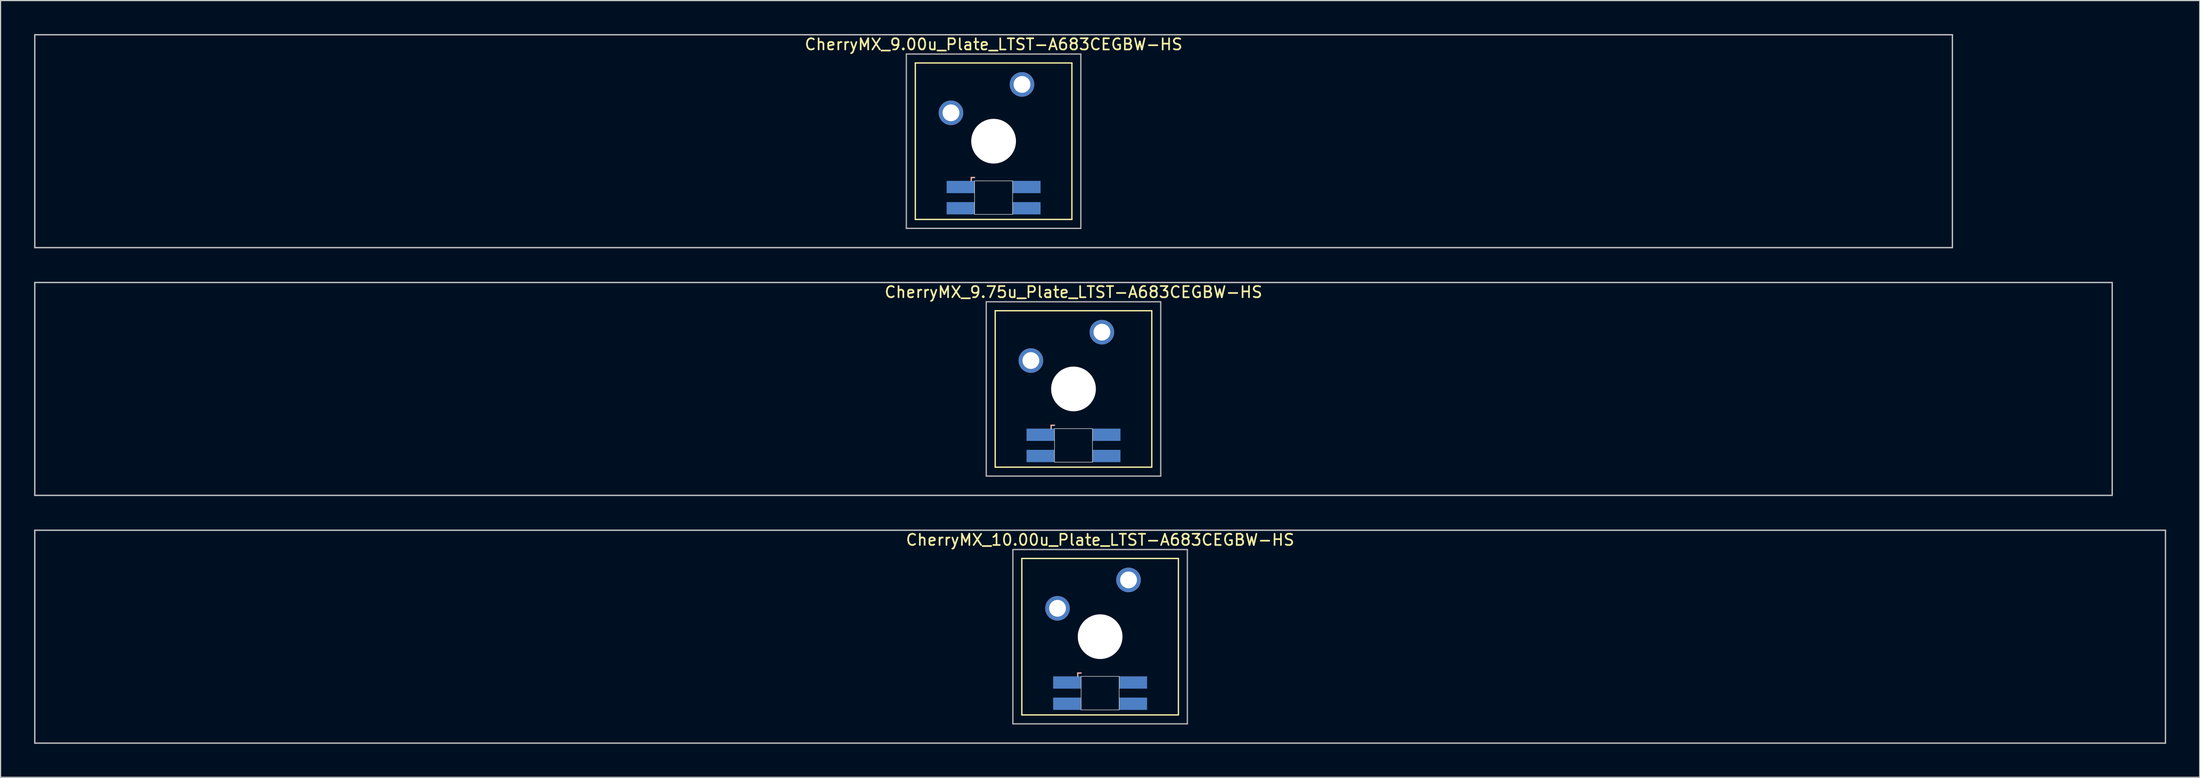
<source format=kicad_pcb>
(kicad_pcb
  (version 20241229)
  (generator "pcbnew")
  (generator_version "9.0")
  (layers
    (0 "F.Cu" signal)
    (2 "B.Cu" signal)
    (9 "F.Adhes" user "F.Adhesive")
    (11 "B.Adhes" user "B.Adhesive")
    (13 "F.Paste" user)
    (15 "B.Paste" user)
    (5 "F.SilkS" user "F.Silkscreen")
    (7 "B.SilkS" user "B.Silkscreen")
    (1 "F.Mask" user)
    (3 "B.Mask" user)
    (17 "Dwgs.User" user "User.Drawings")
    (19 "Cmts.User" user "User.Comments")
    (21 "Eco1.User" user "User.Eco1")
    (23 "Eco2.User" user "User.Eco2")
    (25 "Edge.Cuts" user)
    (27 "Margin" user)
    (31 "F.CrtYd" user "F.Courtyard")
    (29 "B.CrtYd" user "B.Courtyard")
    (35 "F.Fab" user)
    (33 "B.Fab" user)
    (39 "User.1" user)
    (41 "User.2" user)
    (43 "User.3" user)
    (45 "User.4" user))
  (footprint "CherryMX_9.00u_Plate_LTST-A683CEGBW-HS"
    (layer "F.Cu")
    (at 85.785 9.585)
    (property "Reference" "CherryMX_9.00u_Plate_LTST-A683CEGBW-HS" (at 0 -8.662 0) (layer "F.SilkS") (effects (font (size 1 1) (thickness 0.15))))
    (attr through_hole)
    (fp_line (start -7 -7) (end -7 7) (stroke (width 0.12) (type solid)) (layer "F.SilkS"))
    (fp_line (start -7 -7) (end 7 -7) (stroke (width 0.12) (type solid)) (layer "F.SilkS"))
    (fp_line (start 7 -7) (end 7 7) (stroke (width 0.12) (type solid)) (layer "F.SilkS"))
    (fp_line (start 7 7) (end -7 7) (stroke (width 0.12) (type solid)) (layer "F.SilkS"))
    (fp_line (start -2 3.25) (end -2 3.55) (stroke (width 0.12) (type solid)) (layer "B.SilkS"))
    (fp_line (start -1.7 3.25) (end -2 3.25) (stroke (width 0.12) (type solid)) (layer "B.SilkS"))
    (fp_line (start -85.725 -9.525) (end 85.725 -9.525) (stroke (width 0.12) (type solid)) (layer "Dwgs.User"))
    (fp_line (start -85.725 9.525) (end -85.725 -9.525) (stroke (width 0.12) (type solid)) (layer "Dwgs.User"))
    (fp_line (start 85.725 -9.525) (end 85.725 9.525) (stroke (width 0.12) (type solid)) (layer "Dwgs.User"))
    (fp_line (start 85.725 9.525) (end -85.725 9.525) (stroke (width 0.12) (type solid)) (layer "Dwgs.User"))
    (fp_line (start -1.7 3.55) (end 1.7 3.55) (stroke (width 0.05) (type solid)) (layer "Edge.Cuts"))
    (fp_line (start -1.7 6.55) (end -1.7 3.55) (stroke (width 0.05) (type solid)) (layer "Edge.Cuts"))
    (fp_line (start 1.7 3.55) (end 1.7 6.55) (stroke (width 0.05) (type solid)) (layer "Edge.Cuts"))
    (fp_line (start 1.7 6.55) (end -1.7 6.55) (stroke (width 0.05) (type solid)) (layer "Edge.Cuts"))
    (fp_line (start -7.8 -7.8) (end -7.8 7.8) (stroke (width 0.12) (type solid)) (layer "F.Fab"))
    (fp_line (start -7.8 -7.8) (end 7.8 -7.8) (stroke (width 0.12) (type solid)) (layer "F.Fab"))
    (fp_line (start -7.8 7.8) (end 7.8 7.8) (stroke (width 0.12) (type solid)) (layer "F.Fab"))
    (fp_line (start 7.8 -7.8) (end 7.8 7.8) (stroke (width 0.12) (type solid)) (layer "F.Fab"))
    (pad "" np_thru_hole circle (at 0 0) (size 4 4) (drill 4) (layers "*.Cu" "*.Mask"))
    (pad "1" thru_hole circle (at -3.81 -2.54) (size 2.2 2.2) (drill 1.5) (layers "*.Cu" "*.Mask"))
    (pad "2" thru_hole circle (at 2.54 -5.08) (size 2.2 2.2) (drill 1.5) (layers "*.Cu" "*.Mask"))
    (pad "3" smd rect (at -2.95 4.1) (size 2.5 1.1) (layers "B.Cu" "B.Mask" "B.Paste"))
    (pad "4" smd rect (at -2.95 6) (size 2.5 1.1) (layers "B.Cu" "B.Mask" "B.Paste"))
    (pad "5" smd rect (at 2.95 4.1) (size 2.5 1.1) (layers "B.Cu" "B.Mask" "B.Paste"))
    (pad "6" smd rect (at 2.95 6) (size 2.5 1.1) (layers "B.Cu" "B.Mask" "B.Paste")))
  (footprint "CherryMX_9.75u_Plate_LTST-A683CEGBW-HS"
    (layer "F.Cu")
    (at 92.929 31.755)
    (property "Reference" "CherryMX_9.75u_Plate_LTST-A683CEGBW-HS" (at 0 -8.662 0) (layer "F.SilkS") (effects (font (size 1 1) (thickness 0.15))))
    (attr through_hole)
    (fp_line (start -7 -7) (end -7 7) (stroke (width 0.12) (type solid)) (layer "F.SilkS"))
    (fp_line (start -7 -7) (end 7 -7) (stroke (width 0.12) (type solid)) (layer "F.SilkS"))
    (fp_line (start 7 -7) (end 7 7) (stroke (width 0.12) (type solid)) (layer "F.SilkS"))
    (fp_line (start 7 7) (end -7 7) (stroke (width 0.12) (type solid)) (layer "F.SilkS"))
    (fp_line (start -2 3.25) (end -2 3.55) (stroke (width 0.12) (type solid)) (layer "B.SilkS"))
    (fp_line (start -1.7 3.25) (end -2 3.25) (stroke (width 0.12) (type solid)) (layer "B.SilkS"))
    (fp_line (start -92.869 -9.525) (end 92.869 -9.525) (stroke (width 0.12) (type solid)) (layer "Dwgs.User"))
    (fp_line (start -92.869 9.525) (end -92.869 -9.525) (stroke (width 0.12) (type solid)) (layer "Dwgs.User"))
    (fp_line (start 92.869 -9.525) (end 92.869 9.525) (stroke (width 0.12) (type solid)) (layer "Dwgs.User"))
    (fp_line (start 92.869 9.525) (end -92.869 9.525) (stroke (width 0.12) (type solid)) (layer "Dwgs.User"))
    (fp_line (start -1.7 3.55) (end 1.7 3.55) (stroke (width 0.05) (type solid)) (layer "Edge.Cuts"))
    (fp_line (start -1.7 6.55) (end -1.7 3.55) (stroke (width 0.05) (type solid)) (layer "Edge.Cuts"))
    (fp_line (start 1.7 3.55) (end 1.7 6.55) (stroke (width 0.05) (type solid)) (layer "Edge.Cuts"))
    (fp_line (start 1.7 6.55) (end -1.7 6.55) (stroke (width 0.05) (type solid)) (layer "Edge.Cuts"))
    (fp_line (start -7.8 -7.8) (end -7.8 7.8) (stroke (width 0.12) (type solid)) (layer "F.Fab"))
    (fp_line (start -7.8 -7.8) (end 7.8 -7.8) (stroke (width 0.12) (type solid)) (layer "F.Fab"))
    (fp_line (start -7.8 7.8) (end 7.8 7.8) (stroke (width 0.12) (type solid)) (layer "F.Fab"))
    (fp_line (start 7.8 -7.8) (end 7.8 7.8) (stroke (width 0.12) (type solid)) (layer "F.Fab"))
    (pad "" np_thru_hole circle (at 0 0) (size 4 4) (drill 4) (layers "*.Cu" "*.Mask"))
    (pad "1" thru_hole circle (at -3.81 -2.54) (size 2.2 2.2) (drill 1.5) (layers "*.Cu" "*.Mask"))
    (pad "2" thru_hole circle (at 2.54 -5.08) (size 2.2 2.2) (drill 1.5) (layers "*.Cu" "*.Mask"))
    (pad "3" smd rect (at -2.95 4.1) (size 2.5 1.1) (layers "B.Cu" "B.Mask" "B.Paste"))
    (pad "4" smd rect (at -2.95 6) (size 2.5 1.1) (layers "B.Cu" "B.Mask" "B.Paste"))
    (pad "5" smd rect (at 2.95 4.1) (size 2.5 1.1) (layers "B.Cu" "B.Mask" "B.Paste"))
    (pad "6" smd rect (at 2.95 6) (size 2.5 1.1) (layers "B.Cu" "B.Mask" "B.Paste")))
  (footprint "CherryMX_10.00u_Plate_LTST-A683CEGBW-HS"
    (layer "F.Cu")
    (at 95.31 53.925)
    (property "Reference" "CherryMX_10.00u_Plate_LTST-A683CEGBW-HS" (at 0 -8.662 0) (layer "F.SilkS") (effects (font (size 1 1) (thickness 0.15))))
    (attr through_hole)
    (fp_line (start -7 -7) (end -7 7) (stroke (width 0.12) (type solid)) (layer "F.SilkS"))
    (fp_line (start -7 -7) (end 7 -7) (stroke (width 0.12) (type solid)) (layer "F.SilkS"))
    (fp_line (start 7 -7) (end 7 7) (stroke (width 0.12) (type solid)) (layer "F.SilkS"))
    (fp_line (start 7 7) (end -7 7) (stroke (width 0.12) (type solid)) (layer "F.SilkS"))
    (fp_line (start -2 3.25) (end -2 3.55) (stroke (width 0.12) (type solid)) (layer "B.SilkS"))
    (fp_line (start -1.7 3.25) (end -2 3.25) (stroke (width 0.12) (type solid)) (layer "B.SilkS"))
    (fp_line (start -95.25 -9.525) (end 95.25 -9.525) (stroke (width 0.12) (type solid)) (layer "Dwgs.User"))
    (fp_line (start -95.25 9.525) (end -95.25 -9.525) (stroke (width 0.12) (type solid)) (layer "Dwgs.User"))
    (fp_line (start 95.25 -9.525) (end 95.25 9.525) (stroke (width 0.12) (type solid)) (layer "Dwgs.User"))
    (fp_line (start 95.25 9.525) (end -95.25 9.525) (stroke (width 0.12) (type solid)) (layer "Dwgs.User"))
    (fp_line (start -1.7 3.55) (end 1.7 3.55) (stroke (width 0.05) (type solid)) (layer "Edge.Cuts"))
    (fp_line (start -1.7 6.55) (end -1.7 3.55) (stroke (width 0.05) (type solid)) (layer "Edge.Cuts"))
    (fp_line (start 1.7 3.55) (end 1.7 6.55) (stroke (width 0.05) (type solid)) (layer "Edge.Cuts"))
    (fp_line (start 1.7 6.55) (end -1.7 6.55) (stroke (width 0.05) (type solid)) (layer "Edge.Cuts"))
    (fp_line (start -7.8 -7.8) (end -7.8 7.8) (stroke (width 0.12) (type solid)) (layer "F.Fab"))
    (fp_line (start -7.8 -7.8) (end 7.8 -7.8) (stroke (width 0.12) (type solid)) (layer "F.Fab"))
    (fp_line (start -7.8 7.8) (end 7.8 7.8) (stroke (width 0.12) (type solid)) (layer "F.Fab"))
    (fp_line (start 7.8 -7.8) (end 7.8 7.8) (stroke (width 0.12) (type solid)) (layer "F.Fab"))
    (pad "" np_thru_hole circle (at 0 0) (size 4 4) (drill 4) (layers "*.Cu" "*.Mask"))
    (pad "1" thru_hole circle (at -3.81 -2.54) (size 2.2 2.2) (drill 1.5) (layers "*.Cu" "*.Mask"))
    (pad "2" thru_hole circle (at 2.54 -5.08) (size 2.2 2.2) (drill 1.5) (layers "*.Cu" "*.Mask"))
    (pad "3" smd rect (at -2.95 4.1) (size 2.5 1.1) (layers "B.Cu" "B.Mask" "B.Paste"))
    (pad "4" smd rect (at -2.95 6) (size 2.5 1.1) (layers "B.Cu" "B.Mask" "B.Paste"))
    (pad "5" smd rect (at 2.95 4.1) (size 2.5 1.1) (layers "B.Cu" "B.Mask" "B.Paste"))
    (pad "6" smd rect (at 2.95 6) (size 2.5 1.1) (layers "B.Cu" "B.Mask" "B.Paste")))
  (gr_rect
    (start -3 -3)
    (end 193.62 66.51)
    (stroke (width 0.1) (type default))
    (fill no)
    (layer "Edge.Cuts")))
</source>
